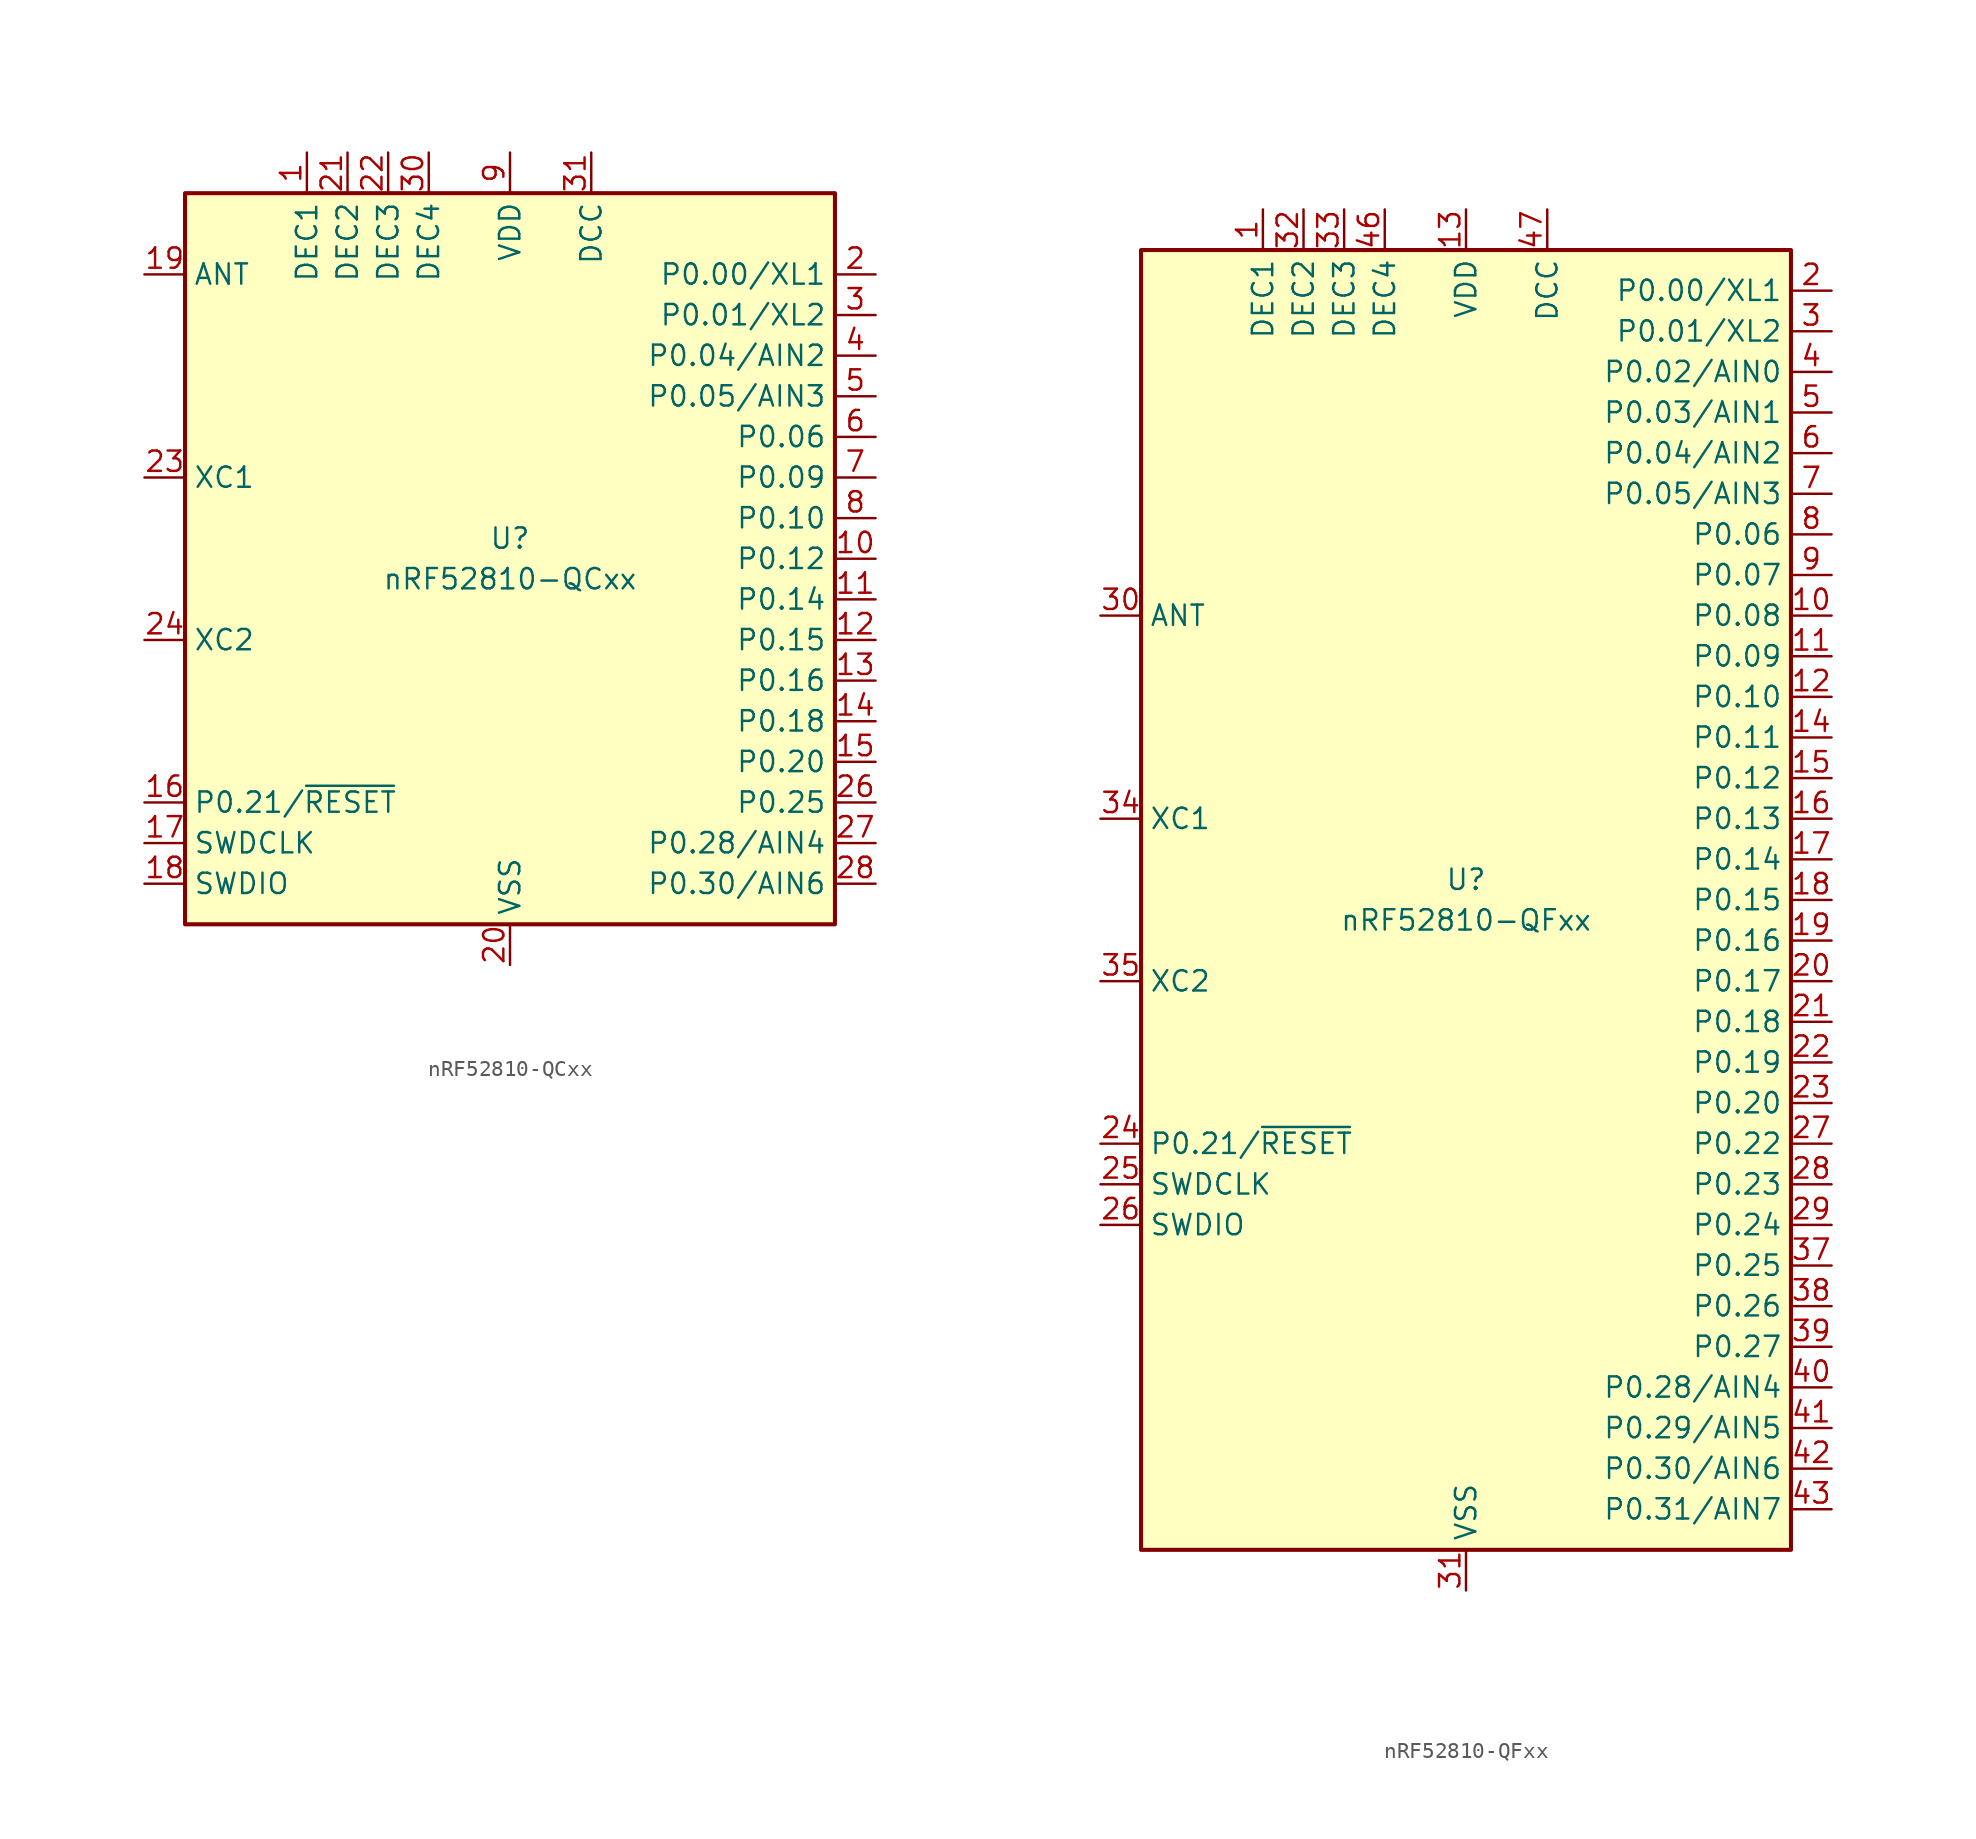
<source format=kicad_sym>
(kicad_symbol_lib
  (version 20211014)
  (generator kicad_symbol_editor)
  (symbol "nRF52810-QCxx"
    (property "Reference" "U"
      (at 0 1.27 0)
      (effects (font (size 1.27 1.27))))
    (property "Value" "nRF52810-QCxx"
      (at 0 -1.27 0)
      (effects (font (size 1.27 1.27))))
    (symbol "nRF52810-QCxx_0_1"
      (rectangle (start -20.32 22.86) (end 20.32 -22.86) (stroke (width 0.254) (type default) (color 0 0 0 0)) (fill (type background))))
    (symbol "nRF52810-QCxx_1_1"
      (pin passive line (at -12.7 25.4 270) (length 2.54) (name "DEC1" (effects (font (size 1.27 1.27)))) (number "1" (effects (font (size 1.27 1.27)))))
      (pin bidirectional line (at 22.86 0 180) (length 2.54) (name "P0.12" (effects (font (size 1.27 1.27)))) (number "10" (effects (font (size 1.27 1.27)))))
      (pin bidirectional line (at 22.86 -2.54 180) (length 2.54) (name "P0.14" (effects (font (size 1.27 1.27)))) (number "11" (effects (font (size 1.27 1.27)))))
      (pin bidirectional line (at 22.86 -5.08 180) (length 2.54) (name "P0.15" (effects (font (size 1.27 1.27)))) (number "12" (effects (font (size 1.27 1.27)))))
      (pin bidirectional line (at 22.86 -7.62 180) (length 2.54) (name "P0.16" (effects (font (size 1.27 1.27)))) (number "13" (effects (font (size 1.27 1.27)))))
      (pin bidirectional line (at 22.86 -10.16 180) (length 2.54) (name "P0.18" (effects (font (size 1.27 1.27)))) (number "14" (effects (font (size 1.27 1.27)))))
      (pin bidirectional line (at 22.86 -12.7 180) (length 2.54) (name "P0.20" (effects (font (size 1.27 1.27)))) (number "15" (effects (font (size 1.27 1.27)))))
      (pin bidirectional line (at -22.86 -15.24 0) (length 2.54) (name "P0.21/~{RESET}" (effects (font (size 1.27 1.27)))) (number "16" (effects (font (size 1.27 1.27)))))
      (pin input line (at -22.86 -17.78 0) (length 2.54) (name "SWDCLK" (effects (font (size 1.27 1.27)))) (number "17" (effects (font (size 1.27 1.27)))))
      (pin bidirectional line (at -22.86 -20.32 0) (length 2.54) (name "SWDIO" (effects (font (size 1.27 1.27)))) (number "18" (effects (font (size 1.27 1.27)))))
      (pin passive line (at -22.86 17.78 0) (length 2.54) (name "ANT" (effects (font (size 1.27 1.27)))) (number "19" (effects (font (size 1.27 1.27)))))
      (pin bidirectional line (at 22.86 17.78 180) (length 2.54) (name "P0.00/XL1" (effects (font (size 1.27 1.27)))) (number "2" (effects (font (size 1.27 1.27)))))
      (pin power_in line (at 0 -25.4 90) (length 2.54) (name "VSS" (effects (font (size 1.27 1.27)))) (number "20" (effects (font (size 1.27 1.27)))))
      (pin passive line (at -10.16 25.4 270) (length 2.54) (name "DEC2" (effects (font (size 1.27 1.27)))) (number "21" (effects (font (size 1.27 1.27)))))
      (pin passive line (at -7.62 25.4 270) (length 2.54) (name "DEC3" (effects (font (size 1.27 1.27)))) (number "22" (effects (font (size 1.27 1.27)))))
      (pin input line (at -22.86 5.08 0) (length 2.54) (name "XC1" (effects (font (size 1.27 1.27)))) (number "23" (effects (font (size 1.27 1.27)))))
      (pin input line (at -22.86 -5.08 0) (length 2.54) (name "XC2" (effects (font (size 1.27 1.27)))) (number "24" (effects (font (size 1.27 1.27)))))
      (pin passive line (at 0 25.4 270) (length 2.54) hide (name "VDD" (effects (font (size 1.27 1.27)))) (number "25" (effects (font (size 1.27 1.27)))))
      (pin bidirectional line (at 22.86 -15.24 180) (length 2.54) (name "P0.25" (effects (font (size 1.27 1.27)))) (number "26" (effects (font (size 1.27 1.27)))))
      (pin bidirectional line (at 22.86 -17.78 180) (length 2.54) (name "P0.28/AIN4" (effects (font (size 1.27 1.27)))) (number "27" (effects (font (size 1.27 1.27)))))
      (pin bidirectional line (at 22.86 -20.32 180) (length 2.54) (name "P0.30/AIN6" (effects (font (size 1.27 1.27)))) (number "28" (effects (font (size 1.27 1.27)))))
      (pin passive line (at 0 -25.4 90) (length 2.54) hide (name "VSS" (effects (font (size 1.27 1.27)))) (number "29" (effects (font (size 1.27 1.27)))))
      (pin bidirectional line (at 22.86 15.24 180) (length 2.54) (name "P0.01/XL2" (effects (font (size 1.27 1.27)))) (number "3" (effects (font (size 1.27 1.27)))))
      (pin passive line (at -5.08 25.4 270) (length 2.54) (name "DEC4" (effects (font (size 1.27 1.27)))) (number "30" (effects (font (size 1.27 1.27)))))
      (pin power_out line (at 5.08 25.4 270) (length 2.54) (name "DCC" (effects (font (size 1.27 1.27)))) (number "31" (effects (font (size 1.27 1.27)))))
      (pin passive line (at 0 25.4 270) (length 2.54) hide (name "VDD" (effects (font (size 1.27 1.27)))) (number "32" (effects (font (size 1.27 1.27)))))
      (pin passive line (at 0 -25.4 90) (length 2.54) hide (name "VSS" (effects (font (size 1.27 1.27)))) (number "33" (effects (font (size 1.27 1.27)))))
      (pin bidirectional line (at 22.86 12.7 180) (length 2.54) (name "P0.04/AIN2" (effects (font (size 1.27 1.27)))) (number "4" (effects (font (size 1.27 1.27)))))
      (pin bidirectional line (at 22.86 10.16 180) (length 2.54) (name "P0.05/AIN3" (effects (font (size 1.27 1.27)))) (number "5" (effects (font (size 1.27 1.27)))))
      (pin bidirectional line (at 22.86 7.62 180) (length 2.54) (name "P0.06" (effects (font (size 1.27 1.27)))) (number "6" (effects (font (size 1.27 1.27)))))
      (pin bidirectional line (at 22.86 5.08 180) (length 2.54) (name "P0.09" (effects (font (size 1.27 1.27)))) (number "7" (effects (font (size 1.27 1.27)))))
      (pin bidirectional line (at 22.86 2.54 180) (length 2.54) (name "P0.10" (effects (font (size 1.27 1.27)))) (number "8" (effects (font (size 1.27 1.27)))))
      (pin power_in line (at 0 25.4 270) (length 2.54) (name "VDD" (effects (font (size 1.27 1.27)))) (number "9" (effects (font (size 1.27 1.27)))))))
  (symbol "nRF52810-QFxx"
    (property "Reference" "U"
      (at 0 1.27 0)
      (effects (font (size 1.27 1.27))))
    (property "Value" "nRF52810-QFxx"
      (at 0 -1.27 0)
      (effects (font (size 1.27 1.27))))
    (symbol "nRF52810-QFxx_0_1"
      (rectangle (start -20.32 40.64) (end 20.32 -40.64) (stroke (width 0.254) (type default) (color 0 0 0 0)) (fill (type background))))
    (symbol "nRF52810-QFxx_1_1"
      (pin passive line (at -12.7 43.18 270) (length 2.54) (name "DEC1" (effects (font (size 1.27 1.27)))) (number "1" (effects (font (size 1.27 1.27)))))
      (pin bidirectional line (at 22.86 17.78 180) (length 2.54) (name "P0.08" (effects (font (size 1.27 1.27)))) (number "10" (effects (font (size 1.27 1.27)))))
      (pin bidirectional line (at 22.86 15.24 180) (length 2.54) (name "P0.09" (effects (font (size 1.27 1.27)))) (number "11" (effects (font (size 1.27 1.27)))))
      (pin bidirectional line (at 22.86 12.7 180) (length 2.54) (name "P0.10" (effects (font (size 1.27 1.27)))) (number "12" (effects (font (size 1.27 1.27)))))
      (pin power_in line (at 0 43.18 270) (length 2.54) (name "VDD" (effects (font (size 1.27 1.27)))) (number "13" (effects (font (size 1.27 1.27)))))
      (pin bidirectional line (at 22.86 10.16 180) (length 2.54) (name "P0.11" (effects (font (size 1.27 1.27)))) (number "14" (effects (font (size 1.27 1.27)))))
      (pin bidirectional line (at 22.86 7.62 180) (length 2.54) (name "P0.12" (effects (font (size 1.27 1.27)))) (number "15" (effects (font (size 1.27 1.27)))))
      (pin bidirectional line (at 22.86 5.08 180) (length 2.54) (name "P0.13" (effects (font (size 1.27 1.27)))) (number "16" (effects (font (size 1.27 1.27)))))
      (pin bidirectional line (at 22.86 2.54 180) (length 2.54) (name "P0.14" (effects (font (size 1.27 1.27)))) (number "17" (effects (font (size 1.27 1.27)))))
      (pin bidirectional line (at 22.86 0 180) (length 2.54) (name "P0.15" (effects (font (size 1.27 1.27)))) (number "18" (effects (font (size 1.27 1.27)))))
      (pin bidirectional line (at 22.86 -2.54 180) (length 2.54) (name "P0.16" (effects (font (size 1.27 1.27)))) (number "19" (effects (font (size 1.27 1.27)))))
      (pin bidirectional line (at 22.86 38.1 180) (length 2.54) (name "P0.00/XL1" (effects (font (size 1.27 1.27)))) (number "2" (effects (font (size 1.27 1.27)))))
      (pin bidirectional line (at 22.86 -5.08 180) (length 2.54) (name "P0.17" (effects (font (size 1.27 1.27)))) (number "20" (effects (font (size 1.27 1.27)))))
      (pin bidirectional line (at 22.86 -7.62 180) (length 2.54) (name "P0.18" (effects (font (size 1.27 1.27)))) (number "21" (effects (font (size 1.27 1.27)))))
      (pin bidirectional line (at 22.86 -10.16 180) (length 2.54) (name "P0.19" (effects (font (size 1.27 1.27)))) (number "22" (effects (font (size 1.27 1.27)))))
      (pin bidirectional line (at 22.86 -12.7 180) (length 2.54) (name "P0.20" (effects (font (size 1.27 1.27)))) (number "23" (effects (font (size 1.27 1.27)))))
      (pin bidirectional line (at -22.86 -15.24 0) (length 2.54) (name "P0.21/~{RESET}" (effects (font (size 1.27 1.27)))) (number "24" (effects (font (size 1.27 1.27)))))
      (pin input line (at -22.86 -17.78 0) (length 2.54) (name "SWDCLK" (effects (font (size 1.27 1.27)))) (number "25" (effects (font (size 1.27 1.27)))))
      (pin bidirectional line (at -22.86 -20.32 0) (length 2.54) (name "SWDIO" (effects (font (size 1.27 1.27)))) (number "26" (effects (font (size 1.27 1.27)))))
      (pin bidirectional line (at 22.86 -15.24 180) (length 2.54) (name "P0.22" (effects (font (size 1.27 1.27)))) (number "27" (effects (font (size 1.27 1.27)))))
      (pin bidirectional line (at 22.86 -17.78 180) (length 2.54) (name "P0.23" (effects (font (size 1.27 1.27)))) (number "28" (effects (font (size 1.27 1.27)))))
      (pin bidirectional line (at 22.86 -20.32 180) (length 2.54) (name "P0.24" (effects (font (size 1.27 1.27)))) (number "29" (effects (font (size 1.27 1.27)))))
      (pin bidirectional line (at 22.86 35.56 180) (length 2.54) (name "P0.01/XL2" (effects (font (size 1.27 1.27)))) (number "3" (effects (font (size 1.27 1.27)))))
      (pin passive line (at -22.86 17.78 0) (length 2.54) (name "ANT" (effects (font (size 1.27 1.27)))) (number "30" (effects (font (size 1.27 1.27)))))
      (pin power_in line (at 0 -43.18 90) (length 2.54) (name "VSS" (effects (font (size 1.27 1.27)))) (number "31" (effects (font (size 1.27 1.27)))))
      (pin passive line (at -10.16 43.18 270) (length 2.54) (name "DEC2" (effects (font (size 1.27 1.27)))) (number "32" (effects (font (size 1.27 1.27)))))
      (pin passive line (at -7.62 43.18 270) (length 2.54) (name "DEC3" (effects (font (size 1.27 1.27)))) (number "33" (effects (font (size 1.27 1.27)))))
      (pin input line (at -22.86 5.08 0) (length 2.54) (name "XC1" (effects (font (size 1.27 1.27)))) (number "34" (effects (font (size 1.27 1.27)))))
      (pin input line (at -22.86 -5.08 0) (length 2.54) (name "XC2" (effects (font (size 1.27 1.27)))) (number "35" (effects (font (size 1.27 1.27)))))
      (pin passive line (at 0 43.18 270) (length 2.54) hide (name "VDD" (effects (font (size 1.27 1.27)))) (number "36" (effects (font (size 1.27 1.27)))))
      (pin bidirectional line (at 22.86 -22.86 180) (length 2.54) (name "P0.25" (effects (font (size 1.27 1.27)))) (number "37" (effects (font (size 1.27 1.27)))))
      (pin bidirectional line (at 22.86 -25.4 180) (length 2.54) (name "P0.26" (effects (font (size 1.27 1.27)))) (number "38" (effects (font (size 1.27 1.27)))))
      (pin bidirectional line (at 22.86 -27.94 180) (length 2.54) (name "P0.27" (effects (font (size 1.27 1.27)))) (number "39" (effects (font (size 1.27 1.27)))))
      (pin bidirectional line (at 22.86 33.02 180) (length 2.54) (name "P0.02/AIN0" (effects (font (size 1.27 1.27)))) (number "4" (effects (font (size 1.27 1.27)))))
      (pin bidirectional line (at 22.86 -30.48 180) (length 2.54) (name "P0.28/AIN4" (effects (font (size 1.27 1.27)))) (number "40" (effects (font (size 1.27 1.27)))))
      (pin bidirectional line (at 22.86 -33.02 180) (length 2.54) (name "P0.29/AIN5" (effects (font (size 1.27 1.27)))) (number "41" (effects (font (size 1.27 1.27)))))
      (pin bidirectional line (at 22.86 -35.56 180) (length 2.54) (name "P0.30/AIN6" (effects (font (size 1.27 1.27)))) (number "42" (effects (font (size 1.27 1.27)))))
      (pin bidirectional line (at 22.86 -38.1 180) (length 2.54) (name "P0.31/AIN7" (effects (font (size 1.27 1.27)))) (number "43" (effects (font (size 1.27 1.27)))))
      (pin no_connect line (at -20.32 -30.48 0) (length 2.54) hide (name "NC" (effects (font (size 1.27 1.27)))) (number "44" (effects (font (size 1.27 1.27)))))
      (pin passive line (at 0 -43.18 90) (length 2.54) hide (name "VSS" (effects (font (size 1.27 1.27)))) (number "45" (effects (font (size 1.27 1.27)))))
      (pin passive line (at -5.08 43.18 270) (length 2.54) (name "DEC4" (effects (font (size 1.27 1.27)))) (number "46" (effects (font (size 1.27 1.27)))))
      (pin power_out line (at 5.08 43.18 270) (length 2.54) (name "DCC" (effects (font (size 1.27 1.27)))) (number "47" (effects (font (size 1.27 1.27)))))
      (pin passive line (at 0 43.18 270) (length 2.54) hide (name "VDD" (effects (font (size 1.27 1.27)))) (number "48" (effects (font (size 1.27 1.27)))))
      (pin passive line (at 0 -43.18 90) (length 2.54) hide (name "VSS" (effects (font (size 1.27 1.27)))) (number "49" (effects (font (size 1.27 1.27)))))
      (pin bidirectional line (at 22.86 30.48 180) (length 2.54) (name "P0.03/AIN1" (effects (font (size 1.27 1.27)))) (number "5" (effects (font (size 1.27 1.27)))))
      (pin bidirectional line (at 22.86 27.94 180) (length 2.54) (name "P0.04/AIN2" (effects (font (size 1.27 1.27)))) (number "6" (effects (font (size 1.27 1.27)))))
      (pin bidirectional line (at 22.86 25.4 180) (length 2.54) (name "P0.05/AIN3" (effects (font (size 1.27 1.27)))) (number "7" (effects (font (size 1.27 1.27)))))
      (pin bidirectional line (at 22.86 22.86 180) (length 2.54) (name "P0.06" (effects (font (size 1.27 1.27)))) (number "8" (effects (font (size 1.27 1.27)))))
      (pin bidirectional line (at 22.86 20.32 180) (length 2.54) (name "P0.07" (effects (font (size 1.27 1.27)))) (number "9" (effects (font (size 1.27 1.27))))))))
</source>
